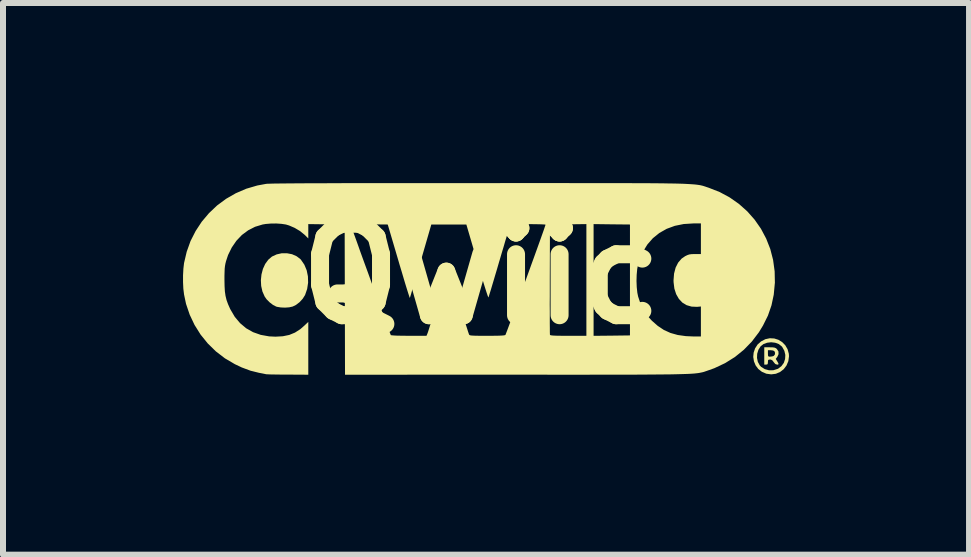
<source format=kicad_pcb>
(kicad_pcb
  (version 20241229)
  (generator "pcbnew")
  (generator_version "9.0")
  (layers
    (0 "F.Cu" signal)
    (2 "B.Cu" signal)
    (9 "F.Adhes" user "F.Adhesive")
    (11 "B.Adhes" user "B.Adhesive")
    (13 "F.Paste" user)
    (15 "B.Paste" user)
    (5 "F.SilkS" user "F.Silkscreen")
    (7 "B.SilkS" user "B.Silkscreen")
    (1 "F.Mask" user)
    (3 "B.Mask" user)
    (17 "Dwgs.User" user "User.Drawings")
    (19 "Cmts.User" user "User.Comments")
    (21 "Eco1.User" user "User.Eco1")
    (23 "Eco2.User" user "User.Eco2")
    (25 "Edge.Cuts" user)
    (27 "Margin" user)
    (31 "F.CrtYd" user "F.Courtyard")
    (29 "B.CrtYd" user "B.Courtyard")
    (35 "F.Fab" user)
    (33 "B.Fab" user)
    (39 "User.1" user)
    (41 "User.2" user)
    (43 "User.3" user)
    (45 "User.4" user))
  (footprint "Qwiic"
    (layer "F.Cu")
    (at 4.968 1.513)
    (property "Reference" "Qwiic" (at 0 0 0) (layer "F.SilkS") (effects (font (size 1.524 1.524) (thickness 0.3))))
    (attr board_only exclude_from_pos_files exclude_from_bom)
    (fp_poly (pts (xy -3.152 -0.327) (xy -3.075 -0.293) (xy -3.011 -0.244) (xy -3.002 -0.233) (xy -2.947 -0.153) (xy -2.908 -0.06) (xy -2.887 0.042) (xy -2.884 0.147) (xy -2.9 0.252) (xy -2.934 0.351) (xy -2.936 0.355) (xy -2.974 0.415) (xy -3.026 0.472) (xy -3.086 0.518) (xy -3.141 0.545) (xy -3.199 0.558) (xy -3.268 0.563) (xy -3.339 0.56) (xy -3.4 0.55) (xy -3.417 0.545) (xy -3.469 0.518) (xy -3.524 0.476) (xy -3.574 0.426) (xy -3.607 0.38) (xy -3.645 0.295) (xy -3.666 0.202) (xy -3.671 0.106) (xy -3.661 0.01) (xy -3.637 -0.082) (xy -3.599 -0.165) (xy -3.548 -0.235) (xy -3.486 -0.288) (xy -3.408 -0.324) (xy -3.323 -0.343) (xy -3.236 -0.343)) (stroke (width 0) (type solid)) (fill yes) (layer "F.SilkS"))
    (fp_poly (pts (xy 4.856 1.225) (xy 4.887 1.229) (xy 4.909 1.238) (xy 4.927 1.252) (xy 4.928 1.254) (xy 4.953 1.293) (xy 4.955 1.338) (xy 4.935 1.382) (xy 4.933 1.385) (xy 4.908 1.417) (xy 4.933 1.457) (xy 4.951 1.489) (xy 4.955 1.505) (xy 4.946 1.512) (xy 4.929 1.512) (xy 4.901 1.503) (xy 4.875 1.472) (xy 4.874 1.47) (xy 4.851 1.441) (xy 4.826 1.429) (xy 4.813 1.428) (xy 4.789 1.431) (xy 4.779 1.443) (xy 4.778 1.47) (xy 4.775 1.499) (xy 4.765 1.511) (xy 4.747 1.512) (xy 4.717 1.512) (xy 4.717 1.326) (xy 4.778 1.326) (xy 4.779 1.36) (xy 4.785 1.375) (xy 4.8 1.38) (xy 4.814 1.38) (xy 4.849 1.376) (xy 4.874 1.368) (xy 4.893 1.346) (xy 4.897 1.316) (xy 4.885 1.288) (xy 4.883 1.287) (xy 4.862 1.277) (xy 4.83 1.273) (xy 4.823 1.272) (xy 4.778 1.272) (xy 4.778 1.326) (xy 4.717 1.326) (xy 4.717 1.224) (xy 4.808 1.224)) (stroke (width 0) (type solid)) (fill yes) (layer "F.SilkS"))
    (fp_poly (pts (xy 4.883 1.077) (xy 4.953 1.099) (xy 5.015 1.137) (xy 5.067 1.19) (xy 5.105 1.255) (xy 5.126 1.331) (xy 5.129 1.373) (xy 5.118 1.455) (xy 5.087 1.528) (xy 5.041 1.589) (xy 4.981 1.635) (xy 4.911 1.665) (xy 4.833 1.675) (xy 4.752 1.664) (xy 4.751 1.664) (xy 4.677 1.632) (xy 4.617 1.585) (xy 4.573 1.526) (xy 4.545 1.458) (xy 4.536 1.401) (xy 4.596 1.401) (xy 4.61 1.467) (xy 4.641 1.524) (xy 4.665 1.55) (xy 4.726 1.588) (xy 4.796 1.607) (xy 4.869 1.606) (xy 4.939 1.584) (xy 4.947 1.581) (xy 5.003 1.538) (xy 5.043 1.483) (xy 5.064 1.419) (xy 5.068 1.351) (xy 5.052 1.283) (xy 5.017 1.22) (xy 5.007 1.208) (xy 4.959 1.17) (xy 4.899 1.148) (xy 4.832 1.14) (xy 4.765 1.148) (xy 4.704 1.17) (xy 4.656 1.208) (xy 4.656 1.208) (xy 4.619 1.266) (xy 4.599 1.332) (xy 4.596 1.401) (xy 4.536 1.401) (xy 4.533 1.386) (xy 4.54 1.313) (xy 4.564 1.242) (xy 4.606 1.177) (xy 4.664 1.126) (xy 4.735 1.089) (xy 4.809 1.073)) (stroke (width 0) (type solid)) (fill yes) (layer "F.SilkS"))
    (fp_poly (pts (xy 1.476 -1.512) (xy 1.716 -1.512) (xy 1.937 -1.512) (xy 2.141 -1.512) (xy 2.327 -1.512) (xy 2.496 -1.511) (xy 2.65 -1.51) (xy 2.79 -1.51) (xy 2.916 -1.509) (xy 3.028 -1.508) (xy 3.128 -1.506) (xy 3.218 -1.505) (xy 3.296 -1.503) (xy 3.365 -1.501) (xy 3.425 -1.498) (xy 3.478 -1.495) (xy 3.523 -1.492) (xy 3.562 -1.489) (xy 3.596 -1.485) (xy 3.625 -1.481) (xy 3.65 -1.477) (xy 3.672 -1.472) (xy 3.693 -1.467) (xy 3.712 -1.461) (xy 3.731 -1.455) (xy 3.751 -1.448) (xy 3.772 -1.441) (xy 3.793 -1.434) (xy 3.974 -1.363) (xy 4.141 -1.273) (xy 4.295 -1.165) (xy 4.434 -1.041) (xy 4.556 -0.903) (xy 4.662 -0.751) (xy 4.749 -0.587) (xy 4.817 -0.414) (xy 4.864 -0.232) (xy 4.89 -0.042) (xy 4.894 0.152) (xy 4.893 0.156) (xy 4.875 0.347) (xy 4.837 0.526) (xy 4.778 0.696) (xy 4.696 0.861) (xy 4.628 0.973) (xy 4.51 1.128) (xy 4.376 1.266) (xy 4.226 1.387) (xy 4.062 1.489) (xy 3.886 1.572) (xy 3.803 1.602) (xy 3.779 1.61) (xy 3.757 1.618) (xy 3.736 1.625) (xy 3.716 1.632) (xy 3.695 1.638) (xy 3.673 1.643) (xy 3.648 1.648) (xy 3.621 1.653) (xy 3.588 1.657) (xy 3.551 1.661) (xy 3.507 1.664) (xy 3.457 1.667) (xy 3.398 1.669) (xy 3.33 1.671) (xy 3.253 1.673) (xy 3.164 1.675) (xy 3.064 1.676) (xy 2.951 1.677) (xy 2.825 1.678) (xy 2.684 1.679) (xy 2.527 1.68) (xy 2.354 1.68) (xy 2.163 1.68) (xy 1.954 1.68) (xy 1.726 1.681) (xy 1.478 1.681) (xy 1.208 1.681) (xy 0.917 1.68) (xy 0.602 1.68) (xy 0.591 1.68) (xy -2.269 1.681) (xy -2.272 0.429) (xy -2.275 -0.817) (xy -2.173 -0.817) (xy -2.169 -0.804) (xy -2.157 -0.771) (xy -2.139 -0.719) (xy -2.115 -0.651) (xy -2.085 -0.569) (xy -2.051 -0.474) (xy -2.014 -0.369) (xy -1.973 -0.256) (xy -1.93 -0.138) (xy -1.885 -0.015) (xy -1.84 0.11) (xy -1.795 0.235) (xy -1.75 0.357) (xy -1.707 0.476) (xy -1.666 0.588) (xy -1.629 0.691) (xy -1.594 0.784) (xy -1.565 0.865) (xy -1.54 0.931) (xy -1.522 0.98) (xy -1.51 1.011) (xy -1.506 1.021) (xy -1.492 1.024) (xy -1.457 1.027) (xy -1.403 1.03) (xy -1.334 1.031) (xy -1.251 1.032) (xy -1.205 1.032) (xy -0.911 1.032) (xy -0.895 0.993) (xy -0.888 0.974) (xy -0.875 0.934) (xy -0.857 0.876) (xy -0.834 0.803) (xy -0.806 0.717) (xy -0.776 0.621) (xy -0.744 0.517) (xy -0.72 0.438) (xy -0.687 0.331) (xy -0.655 0.232) (xy -0.627 0.141) (xy -0.602 0.063) (xy -0.582 -0.001) (xy -0.566 -0.049) (xy -0.556 -0.079) (xy -0.553 -0.087) (xy -0.548 -0.078) (xy -0.537 -0.047) (xy -0.52 0.001) (xy -0.499 0.066) (xy -0.473 0.146) (xy -0.444 0.237) (xy -0.413 0.338) (xy -0.379 0.447) (xy -0.379 0.447) (xy -0.345 0.557) (xy -0.313 0.661) (xy -0.284 0.755) (xy -0.258 0.839) (xy -0.236 0.908) (xy -0.219 0.962) (xy -0.207 0.997) (xy -0.202 1.011) (xy -0.197 1.018) (xy -0.187 1.023) (xy -0.17 1.027) (xy -0.142 1.029) (xy -0.102 1.031) (xy -0.045 1.032) (xy 0.031 1.032) (xy 0.102 1.032) (xy 0.2 1.032) (xy 0.277 1.031) (xy 0.333 1.029) (xy 0.372 1.026) (xy 0.395 1.022) (xy 0.404 1.018) (xy 0.41 1.003) (xy 0.424 0.967) (xy 0.444 0.914) (xy 0.47 0.844) (xy 0.501 0.761) (xy 0.537 0.665) (xy 0.575 0.56) (xy 0.595 0.506) (xy 1.142 0.506) (xy 1.143 0.626) (xy 1.143 0.733) (xy 1.143 0.826) (xy 1.144 0.903) (xy 1.144 0.962) (xy 1.145 1) (xy 1.146 1.017) (xy 1.146 1.017) (xy 1.154 1.022) (xy 1.174 1.026) (xy 1.209 1.029) (xy 1.261 1.031) (xy 1.332 1.032) (xy 1.424 1.032) (xy 1.452 1.032) (xy 1.753 1.032) (xy 1.753 -0.829) (xy 1.873 -0.829) (xy 1.873 1.033) (xy 2.176 1.03) (xy 2.479 1.026) (xy 2.479 0.118) (xy 2.588 0.118) (xy 2.592 0.221) (xy 2.602 0.315) (xy 2.615 0.378) (xy 2.657 0.504) (xy 2.711 0.614) (xy 2.782 0.713) (xy 2.844 0.781) (xy 2.942 0.867) (xy 3.044 0.935) (xy 3.154 0.985) (xy 3.275 1.019) (xy 3.411 1.038) (xy 3.526 1.043) (xy 3.661 1.044) (xy 3.661 0.544) (xy 3.597 0.55) (xy 3.505 0.546) (xy 3.423 0.522) (xy 3.352 0.479) (xy 3.294 0.417) (xy 3.249 0.339) (xy 3.219 0.246) (xy 3.206 0.14) (xy 3.205 0.108) (xy 3.214 -0.005) (xy 3.24 -0.104) (xy 3.282 -0.187) (xy 3.34 -0.254) (xy 3.398 -0.294) (xy 3.435 -0.312) (xy 3.467 -0.323) (xy 3.504 -0.328) (xy 3.555 -0.33) (xy 3.562 -0.33) (xy 3.661 -0.33) (xy 3.661 -0.585) (xy 3.661 -0.84) (xy 3.536 -0.84) (xy 3.375 -0.83) (xy 3.227 -0.8) (xy 3.091 -0.75) (xy 2.969 -0.681) (xy 2.862 -0.595) (xy 2.77 -0.49) (xy 2.695 -0.369) (xy 2.637 -0.231) (xy 2.615 -0.162) (xy 2.6 -0.081) (xy 2.591 0.015) (xy 2.588 0.118) (xy 2.479 0.118) (xy 2.479 -0.822) (xy 2.176 -0.825) (xy 1.873 -0.829) (xy 1.753 -0.829) (xy 1.449 -0.825) (xy 1.146 -0.822) (xy 1.143 0.09) (xy 1.143 0.236) (xy 1.143 0.375) (xy 1.142 0.506) (xy 0.595 0.506) (xy 0.617 0.447) (xy 0.661 0.327) (xy 0.705 0.205) (xy 0.751 0.08) (xy 0.796 -0.044) (xy 0.84 -0.166) (xy 0.883 -0.284) (xy 0.923 -0.395) (xy 0.96 -0.498) (xy 0.993 -0.59) (xy 1.021 -0.669) (xy 1.044 -0.734) (xy 1.06 -0.782) (xy 1.07 -0.811) (xy 1.072 -0.819) (xy 1.059 -0.822) (xy 1.026 -0.824) (xy 0.975 -0.826) (xy 0.91 -0.827) (xy 0.835 -0.828) (xy 0.78 -0.828) (xy 0.689 -0.828) (xy 0.619 -0.828) (xy 0.568 -0.826) (xy 0.531 -0.825) (xy 0.508 -0.822) (xy 0.493 -0.817) (xy 0.485 -0.812) (xy 0.482 -0.807) (xy 0.477 -0.792) (xy 0.465 -0.756) (xy 0.448 -0.701) (xy 0.427 -0.63) (xy 0.401 -0.546) (xy 0.373 -0.449) (xy 0.341 -0.343) (xy 0.308 -0.23) (xy 0.3 -0.204) (xy 0.267 -0.09) (xy 0.235 0.017) (xy 0.206 0.115) (xy 0.18 0.202) (xy 0.158 0.276) (xy 0.14 0.333) (xy 0.128 0.373) (xy 0.121 0.392) (xy 0.121 0.394) (xy 0.116 0.385) (xy 0.105 0.356) (xy 0.089 0.308) (xy 0.068 0.243) (xy 0.043 0.163) (xy 0.015 0.07) (xy -0.016 -0.034) (xy -0.05 -0.146) (xy -0.067 -0.207) (xy -0.247 -0.822) (xy -0.831 -0.822) (xy -1.007 -0.214) (xy -1.041 -0.097) (xy -1.073 0.012) (xy -1.102 0.112) (xy -1.128 0.201) (xy -1.151 0.276) (xy -1.168 0.335) (xy -1.181 0.377) (xy -1.188 0.398) (xy -1.189 0.401) (xy -1.194 0.391) (xy -1.204 0.36) (xy -1.22 0.31) (xy -1.241 0.243) (xy -1.266 0.162) (xy -1.294 0.068) (xy -1.325 -0.037) (xy -1.359 -0.149) (xy -1.376 -0.208) (xy -1.557 -0.822) (xy -1.865 -0.825) (xy -1.971 -0.826) (xy -2.056 -0.826) (xy -2.118 -0.824) (xy -2.157 -0.821) (xy -2.172 -0.817) (xy -2.173 -0.817) (xy -2.275 -0.817) (xy -2.275 -0.822) (xy -2.578 -0.825) (xy -2.881 -0.829) (xy -2.881 -0.59) (xy -2.945 -0.653) (xy -3.019 -0.713) (xy -3.108 -0.766) (xy -3.201 -0.806) (xy -3.254 -0.822) (xy -3.327 -0.833) (xy -3.413 -0.839) (xy -3.504 -0.838) (xy -3.59 -0.831) (xy -3.643 -0.822) (xy -3.768 -0.784) (xy -3.883 -0.725) (xy -3.988 -0.647) (xy -4.079 -0.551) (xy -4.156 -0.439) (xy -4.218 -0.313) (xy -4.252 -0.21) (xy -4.262 -0.17) (xy -4.269 -0.131) (xy -4.274 -0.087) (xy -4.276 -0.035) (xy -4.278 0.033) (xy -4.278 0.096) (xy -4.276 0.203) (xy -4.271 0.291) (xy -4.26 0.367) (xy -4.243 0.437) (xy -4.218 0.506) (xy -4.185 0.58) (xy -4.178 0.594) (xy -4.105 0.718) (xy -4.017 0.822) (xy -3.916 0.907) (xy -3.801 0.972) (xy -3.673 1.017) (xy -3.533 1.042) (xy -3.427 1.047) (xy -3.305 1.04) (xy -3.198 1.018) (xy -3.103 0.979) (xy -3.014 0.922) (xy -2.95 0.866) (xy -2.881 0.801) (xy -2.881 1.681) (xy -3.22 1.679) (xy -3.309 1.679) (xy -3.391 1.678) (xy -3.462 1.677) (xy -3.52 1.676) (xy -3.561 1.674) (xy -3.582 1.673) (xy -3.583 1.673) (xy -3.606 1.668) (xy -3.645 1.66) (xy -3.692 1.651) (xy -3.699 1.65) (xy -3.844 1.614) (xy -3.989 1.56) (xy -4.105 1.505) (xy -4.27 1.408) (xy -4.421 1.292) (xy -4.556 1.16) (xy -4.675 1.013) (xy -4.776 0.852) (xy -4.857 0.681) (xy -4.918 0.501) (xy -4.951 0.345) (xy -4.963 0.248) (xy -4.968 0.138) (xy -4.968 0.023) (xy -4.962 -0.087) (xy -4.951 -0.181) (xy -4.907 -0.368) (xy -4.843 -0.547) (xy -4.758 -0.714) (xy -4.656 -0.869) (xy -4.536 -1.011) (xy -4.401 -1.139) (xy -4.251 -1.25) (xy -4.089 -1.343) (xy -3.915 -1.418) (xy -3.731 -1.472) (xy -3.585 -1.499) (xy -3.565 -1.501) (xy -3.527 -1.502) (xy -3.47 -1.504) (xy -3.394 -1.505) (xy -3.299 -1.506) (xy -3.184 -1.507) (xy -3.05 -1.508) (xy -2.895 -1.509) (xy -2.719 -1.509) (xy -2.522 -1.51) (xy -2.304 -1.511) (xy -2.065 -1.511) (xy -1.803 -1.511) (xy -1.519 -1.512) (xy -1.213 -1.512) (xy -0.884 -1.512) (xy -0.531 -1.512) (xy -0.155 -1.512) (xy -0.04 -1.512) (xy 0.308 -1.512) (xy 0.633 -1.513) (xy 0.935 -1.513) (xy 1.215 -1.513)) (stroke (width 0) (type solid)) (fill yes) (layer "F.SilkS")))
  (gr_rect
    (start -3 -3)
    (end 13.097 6.193)
    (stroke (width 0.1) (type default))
    (fill no)
    (layer "Edge.Cuts")))
</source>
